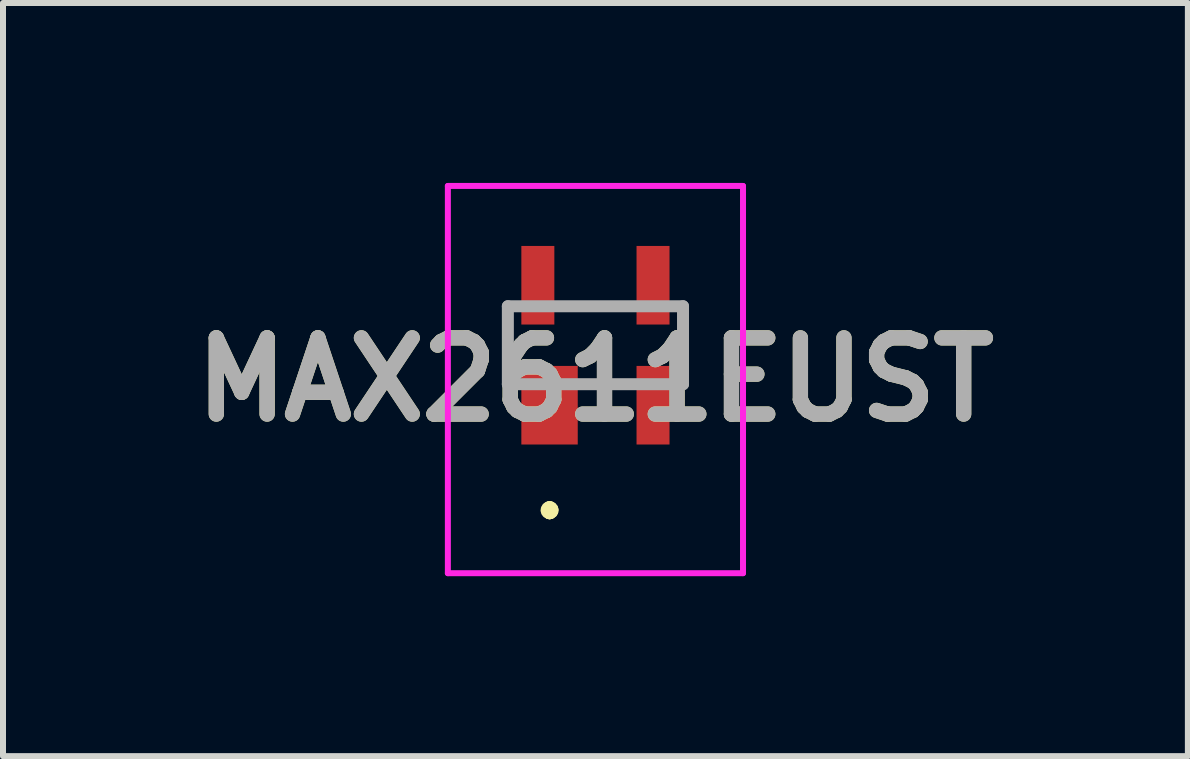
<source format=kicad_pcb>
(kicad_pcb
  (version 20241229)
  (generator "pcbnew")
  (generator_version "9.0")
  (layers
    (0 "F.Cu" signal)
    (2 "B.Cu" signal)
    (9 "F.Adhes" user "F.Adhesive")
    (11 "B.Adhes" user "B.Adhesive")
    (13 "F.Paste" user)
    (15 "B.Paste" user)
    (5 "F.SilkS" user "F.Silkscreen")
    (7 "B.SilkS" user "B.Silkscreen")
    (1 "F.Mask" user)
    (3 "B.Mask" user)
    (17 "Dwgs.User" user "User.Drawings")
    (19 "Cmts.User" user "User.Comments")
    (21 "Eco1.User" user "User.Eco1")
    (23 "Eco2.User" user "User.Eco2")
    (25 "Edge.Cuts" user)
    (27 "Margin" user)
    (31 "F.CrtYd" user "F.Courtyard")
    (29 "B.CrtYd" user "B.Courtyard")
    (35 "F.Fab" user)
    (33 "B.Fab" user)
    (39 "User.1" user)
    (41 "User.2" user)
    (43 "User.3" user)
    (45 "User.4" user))
  (footprint "MAX2611EUST"
    (layer "F.Cu")
    (at 6.111 2.705)
    (property "Reference" "MAX2611EUST" (at 0.765 0.573 0) (layer "F.SilkS") (effects (font (size 1.27 1.27) (thickness 0.254))))
    (attr smd)
    (fp_line (start -0.695 -0.65) (end -0.695 -0.65) (stroke (width 0.1) (type solid)) (layer "F.SilkS"))
    (fp_line (start -0.695 -0.65) (end -0.695 0.65) (stroke (width 0.1) (type solid)) (layer "F.SilkS"))
    (fp_line (start -0.695 0.65) (end -0.695 -0.65) (stroke (width 0.1) (type solid)) (layer "F.SilkS"))
    (fp_line (start -0.695 0.65) (end -0.695 0.65) (stroke (width 0.1) (type solid)) (layer "F.SilkS"))
    (fp_line (start 0 2.7) (end 0 2.7) (stroke (width 0.2) (type solid)) (layer "F.SilkS"))
    (fp_line (start 0 2.8) (end 0 2.8) (stroke (width 0.2) (type solid)) (layer "F.SilkS"))
    (fp_line (start 0 2.8) (end 0 2.8) (stroke (width 0.2) (type solid)) (layer "F.SilkS"))
    (fp_line (start 2.225 -0.65) (end 2.225 -0.65) (stroke (width 0.1) (type solid)) (layer "F.SilkS"))
    (fp_line (start 2.225 -0.65) (end 2.225 0.65) (stroke (width 0.1) (type solid)) (layer "F.SilkS"))
    (fp_line (start 2.225 0.65) (end 2.225 -0.65) (stroke (width 0.1) (type solid)) (layer "F.SilkS"))
    (fp_line (start 2.225 0.65) (end 2.225 0.65) (stroke (width 0.1) (type solid)) (layer "F.SilkS"))
    (fp_arc (start 0 2.7) (mid 0.05 2.75) (end 0 2.8) (stroke (width 0.2) (type solid)) (layer "F.SilkS"))
    (fp_arc (start 0 2.7) (mid 0.05 2.75) (end 0 2.8) (stroke (width 0.2) (type solid)) (layer "F.SilkS"))
    (fp_arc (start 0 2.8) (mid -0.05 2.75) (end 0 2.7) (stroke (width 0.2) (type solid)) (layer "F.SilkS"))
    (fp_line (start -1.695 -2.655) (end 3.225 -2.655) (stroke (width 0.1) (type solid)) (layer "F.CrtYd"))
    (fp_line (start -1.695 3.8) (end -1.695 -2.655) (stroke (width 0.1) (type solid)) (layer "F.CrtYd"))
    (fp_line (start 3.225 -2.655) (end 3.225 3.8) (stroke (width 0.1) (type solid)) (layer "F.CrtYd"))
    (fp_line (start 3.225 3.8) (end -1.695 3.8) (stroke (width 0.1) (type solid)) (layer "F.CrtYd"))
    (fp_line (start -0.695 -0.65) (end -0.695 0.65) (stroke (width 0.2) (type solid)) (layer "F.Fab"))
    (fp_line (start -0.695 0.65) (end 2.225 0.65) (stroke (width 0.2) (type solid)) (layer "F.Fab"))
    (fp_line (start 2.225 -0.65) (end -0.695 -0.65) (stroke (width 0.2) (type solid)) (layer "F.Fab"))
    (fp_line (start 2.225 0.65) (end 2.225 -0.65) (stroke (width 0.2) (type solid)) (layer "F.Fab"))
    (fp_text user "${REFERENCE}" (at 0.765 0.573 0) (layer "F.Fab") (effects (font (size 1.27 1.27) (thickness 0.254))))
    (pad "1" smd rect (at 0 1) (size 0.94 1.31) (layers "F.Cu" "F.Mask" "F.Paste"))
    (pad "2" smd rect (at 1.725 1) (size 0.55 1.31) (layers "F.Cu" "F.Mask" "F.Paste"))
    (pad "3" smd rect (at 1.725 -1) (size 0.55 1.31) (layers "F.Cu" "F.Mask" "F.Paste"))
    (pad "4" smd rect (at -0.195 -1) (size 0.55 1.31) (layers "F.Cu" "F.Mask" "F.Paste")))
  (gr_rect
    (start -3 -3)
    (end 16.752 9.555)
    (stroke (width 0.1) (type default))
    (fill no)
    (layer "Edge.Cuts")))
</source>
